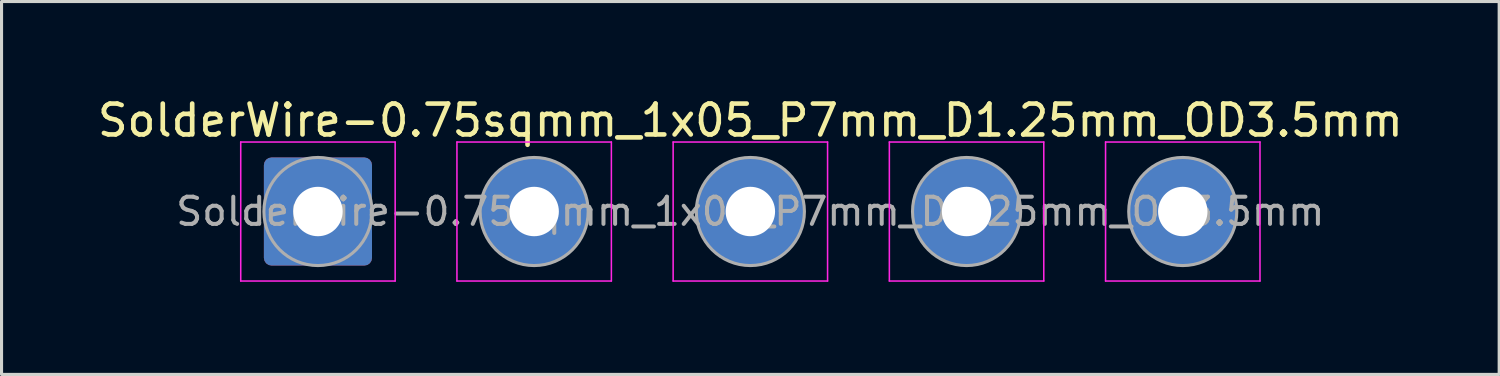
<source format=kicad_pcb>
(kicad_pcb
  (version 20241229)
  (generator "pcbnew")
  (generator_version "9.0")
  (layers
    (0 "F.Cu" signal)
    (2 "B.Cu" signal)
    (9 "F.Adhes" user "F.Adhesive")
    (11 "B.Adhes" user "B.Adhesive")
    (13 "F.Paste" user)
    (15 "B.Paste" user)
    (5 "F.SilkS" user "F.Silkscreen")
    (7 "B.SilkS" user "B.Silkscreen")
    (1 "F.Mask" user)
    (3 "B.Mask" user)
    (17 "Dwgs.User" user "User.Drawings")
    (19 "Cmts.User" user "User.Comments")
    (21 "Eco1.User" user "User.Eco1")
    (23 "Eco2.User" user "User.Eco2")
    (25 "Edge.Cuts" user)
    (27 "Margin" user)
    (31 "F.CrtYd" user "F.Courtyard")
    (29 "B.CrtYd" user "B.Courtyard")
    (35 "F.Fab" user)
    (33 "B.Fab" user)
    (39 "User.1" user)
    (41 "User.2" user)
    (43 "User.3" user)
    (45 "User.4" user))
  (footprint "SolderWire-0.75sqmm_1x05_P7mm_D1.25mm_OD3.5mm"
    (layer "F.Cu")
    (at 7.244 3.798)
    (property "Reference" "SolderWire-0.75sqmm_1x05_P7mm_D1.25mm_OD3.5mm" (at 14 -2.95 0) (layer "F.SilkS") (effects (font (size 1 1) (thickness 0.15))))
    (attr exclude_from_pos_files exclude_from_bom)
    (fp_line (start -2.5 -2.25) (end -2.5 2.25) (stroke (width 0.05) (type solid)) (layer "F.CrtYd"))
    (fp_line (start -2.5 2.25) (end 2.5 2.25) (stroke (width 0.05) (type solid)) (layer "F.CrtYd"))
    (fp_line (start 2.5 -2.25) (end -2.5 -2.25) (stroke (width 0.05) (type solid)) (layer "F.CrtYd"))
    (fp_line (start 2.5 2.25) (end 2.5 -2.25) (stroke (width 0.05) (type solid)) (layer "F.CrtYd"))
    (fp_line (start 4.5 -2.25) (end 4.5 2.25) (stroke (width 0.05) (type solid)) (layer "F.CrtYd"))
    (fp_line (start 4.5 2.25) (end 9.5 2.25) (stroke (width 0.05) (type solid)) (layer "F.CrtYd"))
    (fp_line (start 9.5 -2.25) (end 4.5 -2.25) (stroke (width 0.05) (type solid)) (layer "F.CrtYd"))
    (fp_line (start 9.5 2.25) (end 9.5 -2.25) (stroke (width 0.05) (type solid)) (layer "F.CrtYd"))
    (fp_line (start 11.5 -2.25) (end 11.5 2.25) (stroke (width 0.05) (type solid)) (layer "F.CrtYd"))
    (fp_line (start 11.5 2.25) (end 16.5 2.25) (stroke (width 0.05) (type solid)) (layer "F.CrtYd"))
    (fp_line (start 16.5 -2.25) (end 11.5 -2.25) (stroke (width 0.05) (type solid)) (layer "F.CrtYd"))
    (fp_line (start 16.5 2.25) (end 16.5 -2.25) (stroke (width 0.05) (type solid)) (layer "F.CrtYd"))
    (fp_line (start 18.5 -2.25) (end 18.5 2.25) (stroke (width 0.05) (type solid)) (layer "F.CrtYd"))
    (fp_line (start 18.5 2.25) (end 23.5 2.25) (stroke (width 0.05) (type solid)) (layer "F.CrtYd"))
    (fp_line (start 23.5 -2.25) (end 18.5 -2.25) (stroke (width 0.05) (type solid)) (layer "F.CrtYd"))
    (fp_line (start 23.5 2.25) (end 23.5 -2.25) (stroke (width 0.05) (type solid)) (layer "F.CrtYd"))
    (fp_line (start 25.5 -2.25) (end 25.5 2.25) (stroke (width 0.05) (type solid)) (layer "F.CrtYd"))
    (fp_line (start 25.5 2.25) (end 30.5 2.25) (stroke (width 0.05) (type solid)) (layer "F.CrtYd"))
    (fp_line (start 30.5 -2.25) (end 25.5 -2.25) (stroke (width 0.05) (type solid)) (layer "F.CrtYd"))
    (fp_line (start 30.5 2.25) (end 30.5 -2.25) (stroke (width 0.05) (type solid)) (layer "F.CrtYd"))
    (fp_circle (center 0 0) (end 1.75 0) (stroke (width 0.1) (type solid)) (fill no) (layer "F.Fab"))
    (fp_circle (center 7 0) (end 8.75 0) (stroke (width 0.1) (type solid)) (fill no) (layer "F.Fab"))
    (fp_circle (center 14 0) (end 15.75 0) (stroke (width 0.1) (type solid)) (fill no) (layer "F.Fab"))
    (fp_circle (center 21 0) (end 22.75 0) (stroke (width 0.1) (type solid)) (fill no) (layer "F.Fab"))
    (fp_circle (center 28 0) (end 29.75 0) (stroke (width 0.1) (type solid)) (fill no) (layer "F.Fab"))
    (fp_text user "${REFERENCE}" (at 14 0 0) (layer "F.Fab") (effects (font (size 0.88 0.88) (thickness 0.13))))
    (pad "1" thru_hole roundrect (at 0 0) (size 3.5 3.5) (drill 1.6) (layers "*.Cu" "*.Mask") (roundrect_rratio 0.071))
    (pad "2" thru_hole circle (at 7 0) (size 3.5 3.5) (drill 1.6) (layers "*.Cu" "*.Mask"))
    (pad "3" thru_hole circle (at 14 0) (size 3.5 3.5) (drill 1.6) (layers "*.Cu" "*.Mask"))
    (pad "4" thru_hole circle (at 21 0) (size 3.5 3.5) (drill 1.6) (layers "*.Cu" "*.Mask"))
    (pad "5" thru_hole circle (at 28 0) (size 3.5 3.5) (drill 1.6) (layers "*.Cu" "*.Mask")))
  (gr_rect
    (start -3 -3)
    (end 45.488 9.073)
    (stroke (width 0.1) (type default))
    (fill no)
    (layer "Edge.Cuts")))
</source>
